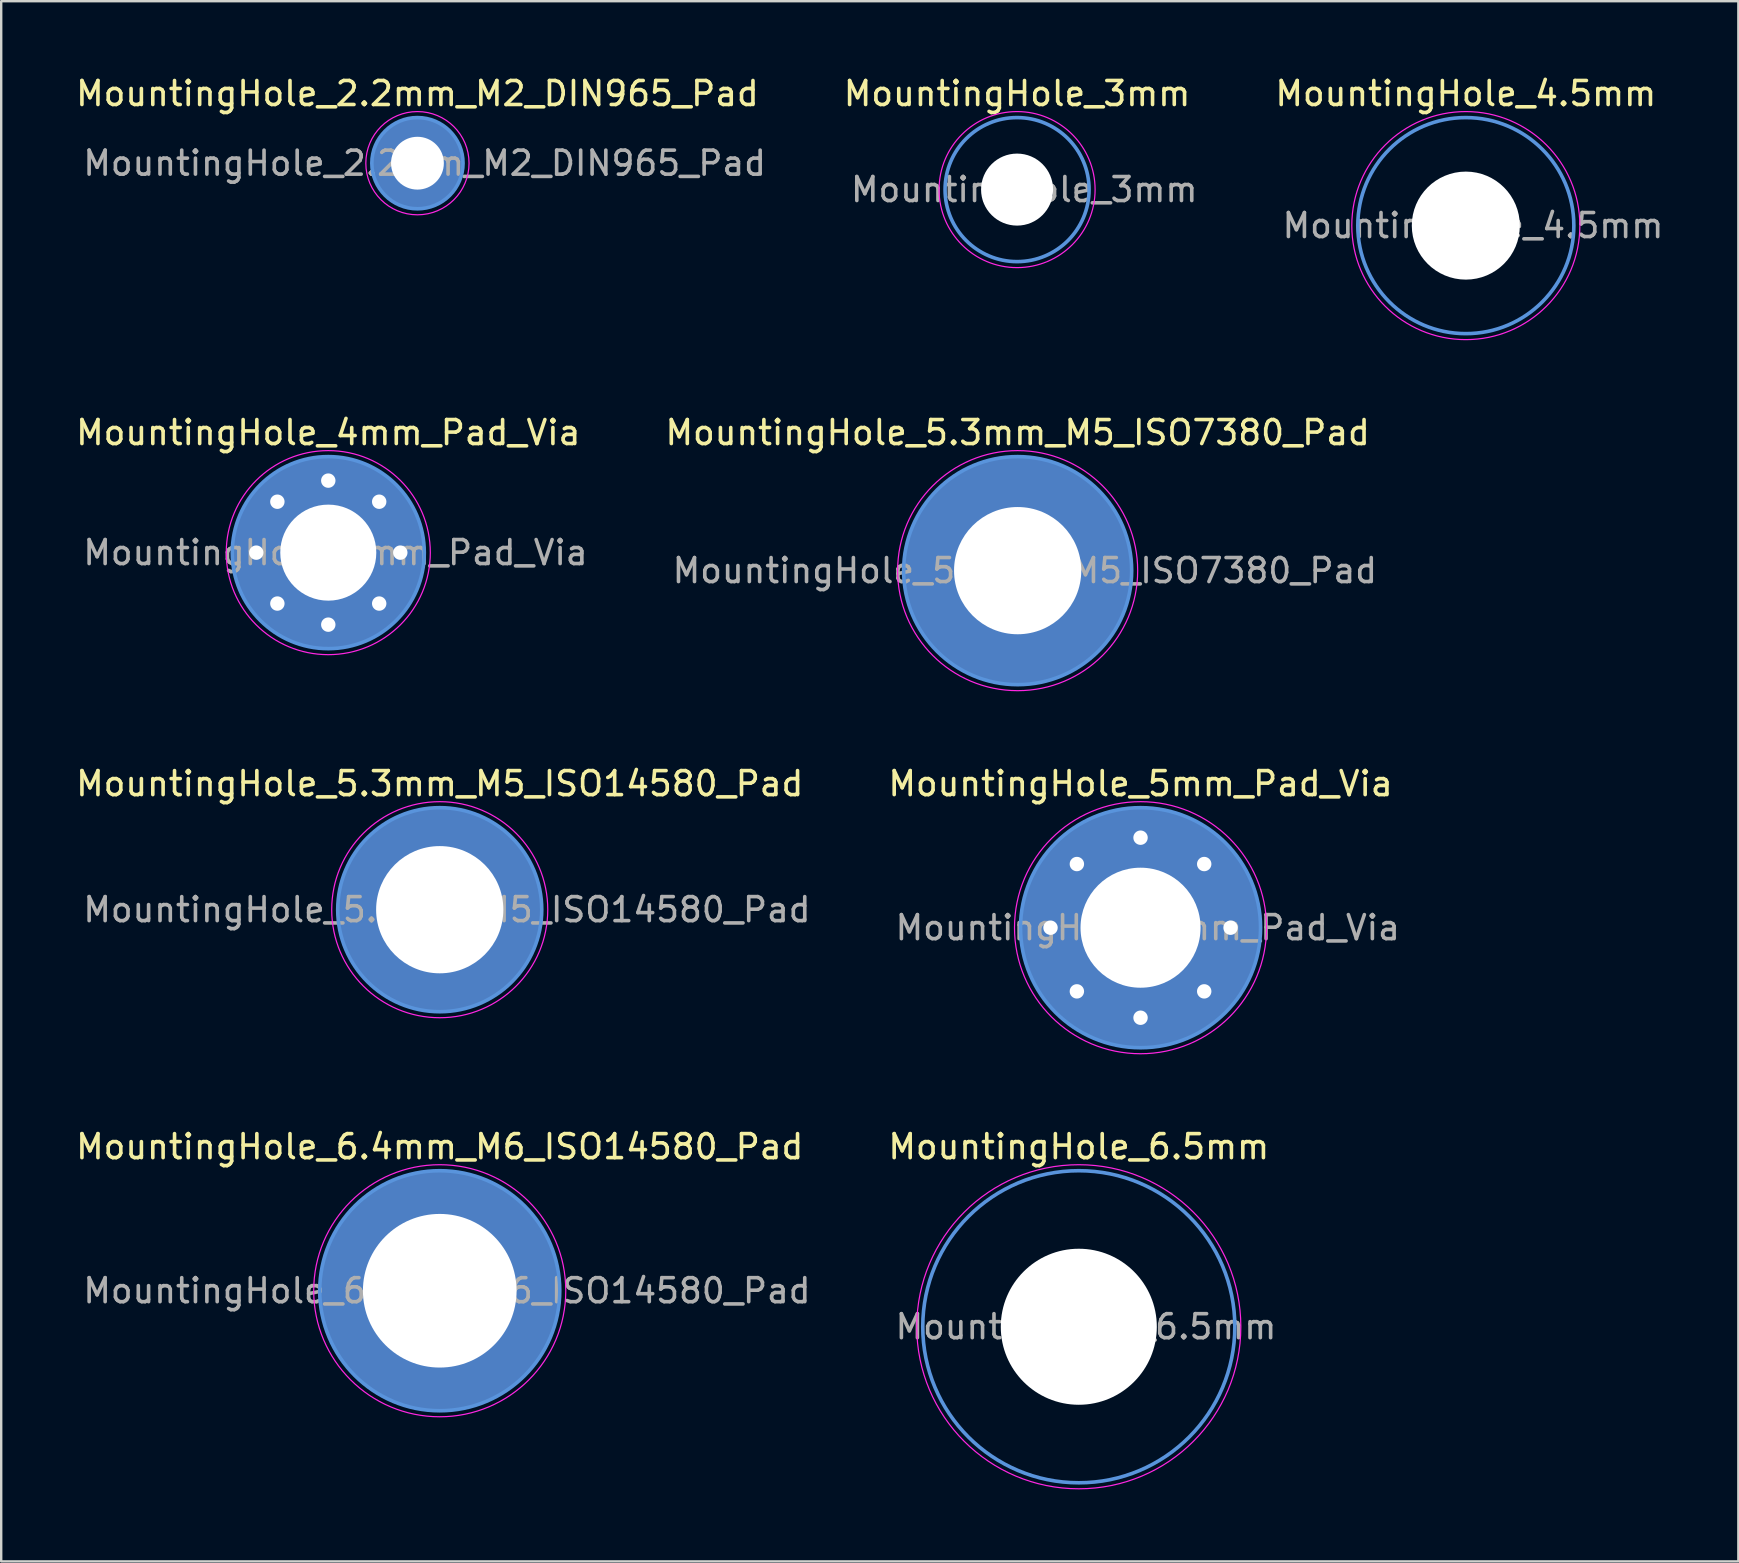
<source format=kicad_pcb>
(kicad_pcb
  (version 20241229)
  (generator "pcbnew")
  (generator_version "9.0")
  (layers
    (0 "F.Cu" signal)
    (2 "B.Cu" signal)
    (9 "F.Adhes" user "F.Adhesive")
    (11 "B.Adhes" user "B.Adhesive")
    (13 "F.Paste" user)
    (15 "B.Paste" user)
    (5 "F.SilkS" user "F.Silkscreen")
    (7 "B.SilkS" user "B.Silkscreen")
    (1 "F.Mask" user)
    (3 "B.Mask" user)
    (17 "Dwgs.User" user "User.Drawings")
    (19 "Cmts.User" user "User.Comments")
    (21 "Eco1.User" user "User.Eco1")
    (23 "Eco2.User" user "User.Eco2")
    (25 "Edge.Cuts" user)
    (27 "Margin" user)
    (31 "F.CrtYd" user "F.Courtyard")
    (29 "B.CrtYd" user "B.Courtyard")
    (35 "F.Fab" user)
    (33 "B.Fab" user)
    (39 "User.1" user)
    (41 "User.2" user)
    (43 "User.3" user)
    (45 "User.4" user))
  (footprint "MountingHole_4mm_Pad_Via"
    (layer "F.Cu")
    (at 10.625 19.971)
    (property "Reference" "MountingHole_4mm_Pad_Via" (at 0 -5 0) (layer "F.SilkS") (effects (font (size 1 1) (thickness 0.15))))
    (attr exclude_from_pos_files exclude_from_bom)
    (fp_circle (center 0 0) (end 4 0) (stroke (width 0.15) (type solid)) (fill no) (layer "Cmts.User"))
    (fp_circle (center 0 0) (end 4.25 0) (stroke (width 0.05) (type solid)) (fill no) (layer "F.CrtYd"))
    (fp_text user "${REFERENCE}" (at 0.3 0 0) (layer "F.Fab") (effects (font (size 1 1) (thickness 0.15))))
    (pad "" thru_hole circle (at -3 0) (size 0.9 0.9) (drill 0.6) (layers "*.Cu" "*.Mask"))
    (pad "" thru_hole circle (at -2.121 -2.121) (size 0.9 0.9) (drill 0.6) (layers "*.Cu" "*.Mask"))
    (pad "" thru_hole circle (at -2.121 2.121) (size 0.9 0.9) (drill 0.6) (layers "*.Cu" "*.Mask"))
    (pad "" thru_hole circle (at 0 -3) (size 0.9 0.9) (drill 0.6) (layers "*.Cu" "*.Mask"))
    (pad "" thru_hole circle (at 0 3) (size 0.9 0.9) (drill 0.6) (layers "*.Cu" "*.Mask"))
    (pad "" thru_hole circle (at 2.121 -2.121) (size 0.9 0.9) (drill 0.6) (layers "*.Cu" "*.Mask"))
    (pad "" thru_hole circle (at 2.121 2.121) (size 0.9 0.9) (drill 0.6) (layers "*.Cu" "*.Mask"))
    (pad "" thru_hole circle (at 3 0) (size 0.9 0.9) (drill 0.6) (layers "*.Cu" "*.Mask"))
    (pad "1" thru_hole circle (at 0 0) (size 8 8) (drill 4) (layers "*.Cu" "*.Mask")))
  (footprint "MountingHole_6.5mm"
    (layer "F.Cu")
    (at 41.889 52.218)
    (property "Reference" "MountingHole_6.5mm" (at 0 -7.5 0) (layer "F.SilkS") (effects (font (size 1 1) (thickness 0.15))))
    (attr exclude_from_pos_files exclude_from_bom)
    (fp_circle (center 0 0) (end 6.5 0) (stroke (width 0.15) (type solid)) (fill no) (layer "Cmts.User"))
    (fp_circle (center 0 0) (end 6.75 0) (stroke (width 0.05) (type solid)) (fill no) (layer "F.CrtYd"))
    (fp_text user "${REFERENCE}" (at 0.3 0 0) (layer "F.Fab") (effects (font (size 1 1) (thickness 0.15))))
    (pad "" np_thru_hole circle (at 0 0) (size 6.5 6.5) (drill 6.5) (layers "*.Cu" "*.Mask")))
  (footprint "MountingHole_4.5mm"
    (layer "F.Cu")
    (at 58.011 6.348)
    (property "Reference" "MountingHole_4.5mm" (at 0 -5.5 0) (layer "F.SilkS") (effects (font (size 1 1) (thickness 0.15))))
    (attr exclude_from_pos_files exclude_from_bom)
    (fp_circle (center 0 0) (end 4.5 0) (stroke (width 0.15) (type solid)) (fill no) (layer "Cmts.User"))
    (fp_circle (center 0 0) (end 4.75 0) (stroke (width 0.05) (type solid)) (fill no) (layer "F.CrtYd"))
    (fp_text user "${REFERENCE}" (at 0.3 0 0) (layer "F.Fab") (effects (font (size 1 1) (thickness 0.15))))
    (pad "" np_thru_hole circle (at 0 0) (size 4.5 4.5) (drill 4.5) (layers "*.Cu" "*.Mask")))
  (footprint "MountingHole_6.4mm_M6_ISO14580_Pad"
    (layer "F.Cu")
    (at 15.268 50.718)
    (property "Reference" "MountingHole_6.4mm_M6_ISO14580_Pad" (at 0 -6 0) (layer "F.SilkS") (effects (font (size 1 1) (thickness 0.15))))
    (attr exclude_from_pos_files exclude_from_bom)
    (fp_circle (center 0 0) (end 5 0) (stroke (width 0.15) (type solid)) (fill no) (layer "Cmts.User"))
    (fp_circle (center 0 0) (end 5.25 0) (stroke (width 0.05) (type solid)) (fill no) (layer "F.CrtYd"))
    (fp_text user "${REFERENCE}" (at 0.3 0 0) (layer "F.Fab") (effects (font (size 1 1) (thickness 0.15))))
    (pad "1" thru_hole circle (at 0 0) (size 10 10) (drill 6.4) (layers "*.Cu" "*.Mask")))
  (footprint "MountingHole_3mm"
    (layer "F.Cu")
    (at 39.318 4.848)
    (property "Reference" "MountingHole_3mm" (at 0 -4 0) (layer "F.SilkS") (effects (font (size 1 1) (thickness 0.15))))
    (attr exclude_from_pos_files exclude_from_bom)
    (fp_circle (center 0 0) (end 3 0) (stroke (width 0.15) (type solid)) (fill no) (layer "Cmts.User"))
    (fp_circle (center 0 0) (end 3.25 0) (stroke (width 0.05) (type solid)) (fill no) (layer "F.CrtYd"))
    (fp_text user "${REFERENCE}" (at 0.3 0 0) (layer "F.Fab") (effects (font (size 1 1) (thickness 0.15))))
    (pad "" np_thru_hole circle (at 0 0) (size 3 3) (drill 3) (layers "*.Cu" "*.Mask")))
  (footprint "MountingHole_5.3mm_M5_ISO7380_Pad"
    (layer "F.Cu")
    (at 39.342 20.721)
    (property "Reference" "MountingHole_5.3mm_M5_ISO7380_Pad" (at 0 -5.75 0) (layer "F.SilkS") (effects (font (size 1 1) (thickness 0.15))))
    (attr exclude_from_pos_files exclude_from_bom)
    (fp_circle (center 0 0) (end 4.75 0) (stroke (width 0.15) (type solid)) (fill no) (layer "Cmts.User"))
    (fp_circle (center 0 0) (end 5 0) (stroke (width 0.05) (type solid)) (fill no) (layer "F.CrtYd"))
    (fp_text user "${REFERENCE}" (at 0.3 0 0) (layer "F.Fab") (effects (font (size 1 1) (thickness 0.15))))
    (pad "1" thru_hole circle (at 0 0) (size 9.5 9.5) (drill 5.3) (layers "*.Cu" "*.Mask")))
  (footprint "MountingHole_2.2mm_M2_DIN965_Pad"
    (layer "F.Cu")
    (at 14.339 3.748)
    (property "Reference" "MountingHole_2.2mm_M2_DIN965_Pad" (at 0 -2.9 0) (layer "F.SilkS") (effects (font (size 1 1) (thickness 0.15))))
    (attr exclude_from_pos_files exclude_from_bom)
    (fp_circle (center 0 0) (end 1.9 0) (stroke (width 0.15) (type solid)) (fill no) (layer "Cmts.User"))
    (fp_circle (center 0 0) (end 2.15 0) (stroke (width 0.05) (type solid)) (fill no) (layer "F.CrtYd"))
    (fp_text user "${REFERENCE}" (at 0.3 0 0) (layer "F.Fab") (effects (font (size 1 1) (thickness 0.15))))
    (pad "1" thru_hole circle (at 0 0) (size 3.8 3.8) (drill 2.2) (layers "*.Cu" "*.Mask")))
  (footprint "MountingHole_5mm_Pad_Via"
    (layer "F.Cu")
    (at 44.461 35.595)
    (property "Reference" "MountingHole_5mm_Pad_Via" (at 0 -6 0) (layer "F.SilkS") (effects (font (size 1 1) (thickness 0.15))))
    (attr exclude_from_pos_files exclude_from_bom)
    (fp_circle (center 0 0) (end 5 0) (stroke (width 0.15) (type solid)) (fill no) (layer "Cmts.User"))
    (fp_circle (center 0 0) (end 5.25 0) (stroke (width 0.05) (type solid)) (fill no) (layer "F.CrtYd"))
    (fp_text user "${REFERENCE}" (at 0.3 0 0) (layer "F.Fab") (effects (font (size 1 1) (thickness 0.15))))
    (pad "" thru_hole circle (at -3.75 0) (size 0.9 0.9) (drill 0.6) (layers "*.Cu" "*.Mask"))
    (pad "" thru_hole circle (at -2.652 -2.652) (size 0.9 0.9) (drill 0.6) (layers "*.Cu" "*.Mask"))
    (pad "" thru_hole circle (at -2.652 2.652) (size 0.9 0.9) (drill 0.6) (layers "*.Cu" "*.Mask"))
    (pad "" thru_hole circle (at 0 -3.75) (size 0.9 0.9) (drill 0.6) (layers "*.Cu" "*.Mask"))
    (pad "" thru_hole circle (at 0 3.75) (size 0.9 0.9) (drill 0.6) (layers "*.Cu" "*.Mask"))
    (pad "" thru_hole circle (at 2.652 -2.652) (size 0.9 0.9) (drill 0.6) (layers "*.Cu" "*.Mask"))
    (pad "" thru_hole circle (at 2.652 2.652) (size 0.9 0.9) (drill 0.6) (layers "*.Cu" "*.Mask"))
    (pad "" thru_hole circle (at 3.75 0) (size 0.9 0.9) (drill 0.6) (layers "*.Cu" "*.Mask"))
    (pad "1" thru_hole circle (at 0 0) (size 10 10) (drill 5) (layers "*.Cu" "*.Mask")))
  (footprint "MountingHole_5.3mm_M5_ISO14580_Pad"
    (layer "F.Cu")
    (at 15.268 34.845)
    (property "Reference" "MountingHole_5.3mm_M5_ISO14580_Pad" (at 0 -5.25 0) (layer "F.SilkS") (effects (font (size 1 1) (thickness 0.15))))
    (attr exclude_from_pos_files exclude_from_bom)
    (fp_circle (center 0 0) (end 4.25 0) (stroke (width 0.15) (type solid)) (fill no) (layer "Cmts.User"))
    (fp_circle (center 0 0) (end 4.5 0) (stroke (width 0.05) (type solid)) (fill no) (layer "F.CrtYd"))
    (fp_text user "${REFERENCE}" (at 0.3 0 0) (layer "F.Fab") (effects (font (size 1 1) (thickness 0.15))))
    (pad "1" thru_hole circle (at 0 0) (size 8.5 8.5) (drill 5.3) (layers "*.Cu" "*.Mask")))
  (gr_rect
    (start -3 -3)
    (end 69.364 61.993)
    (stroke (width 0.1) (type default))
    (fill no)
    (layer "Edge.Cuts")))
</source>
